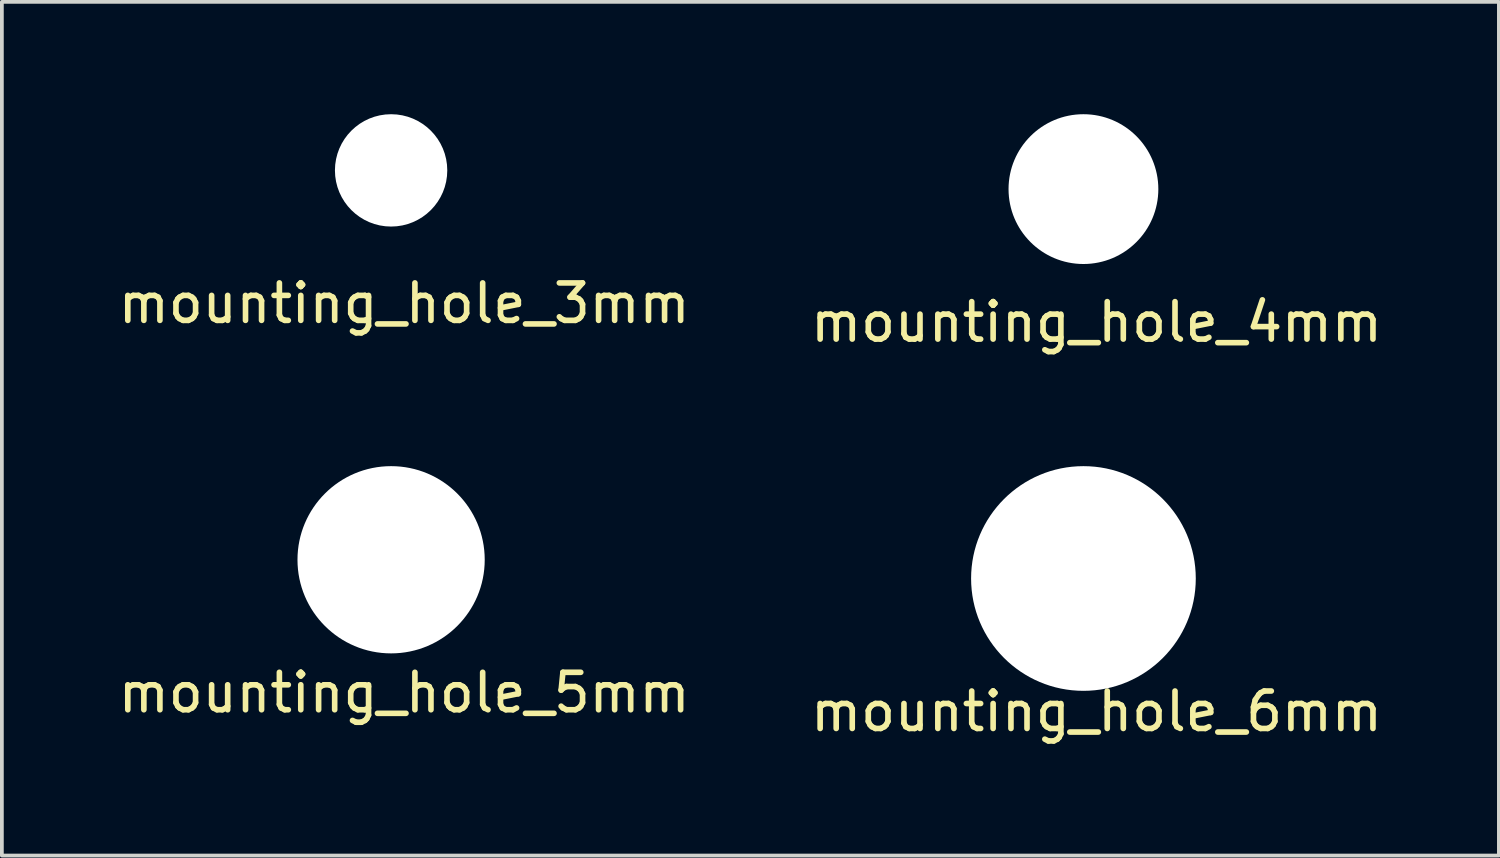
<source format=kicad_pcb>
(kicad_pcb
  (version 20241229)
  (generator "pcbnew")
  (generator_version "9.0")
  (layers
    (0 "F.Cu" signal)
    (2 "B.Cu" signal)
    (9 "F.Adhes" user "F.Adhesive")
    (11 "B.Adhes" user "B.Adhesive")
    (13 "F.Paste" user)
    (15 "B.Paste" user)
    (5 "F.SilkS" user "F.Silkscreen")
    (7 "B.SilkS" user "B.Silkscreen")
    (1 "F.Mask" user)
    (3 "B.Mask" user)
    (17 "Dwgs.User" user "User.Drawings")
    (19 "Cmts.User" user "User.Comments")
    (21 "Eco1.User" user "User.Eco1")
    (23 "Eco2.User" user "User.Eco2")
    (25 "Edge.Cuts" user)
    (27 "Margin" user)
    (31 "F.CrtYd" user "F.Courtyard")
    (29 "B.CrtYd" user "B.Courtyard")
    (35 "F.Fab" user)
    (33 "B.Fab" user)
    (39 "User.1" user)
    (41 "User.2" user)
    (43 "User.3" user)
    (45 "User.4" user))
  (footprint "mounting_hole_5mm"
    (layer "F.Cu")
    (at 7.394 11.898)
    (property "Reference" "mounting_hole_5mm" (at 0.35 3.55 0) (layer "F.SilkS") (effects (font (size 1 1) (thickness 0.15))))
    (attr through_hole)
    (pad "" np_thru_hole circle (at 0 0) (size 5 5) (drill 5) (layers "*.Cu" "*.Mask")))
  (footprint "mounting_hole_3mm"
    (layer "F.Cu")
    (at 7.394 1.5)
    (property "Reference" "mounting_hole_3mm" (at 0.35 3.55 0) (layer "F.SilkS") (effects (font (size 1 1) (thickness 0.15))))
    (attr through_hole)
    (fp_circle (center 0 0) (end 0.6 0) (stroke (width 1.8) (type solid)) (fill no) (layer "F.Paste"))
    (pad "" np_thru_hole circle (at 0 0) (size 3 3) (drill 3) (layers "*.Cu" "*.Mask")))
  (footprint "mounting_hole_6mm"
    (layer "F.Cu")
    (at 25.882 12.398)
    (property "Reference" "mounting_hole_6mm" (at 0.35 3.55 0) (layer "F.SilkS") (effects (font (size 1 1) (thickness 0.15))))
    (attr through_hole)
    (pad "" np_thru_hole circle (at 0 0) (size 6 6) (drill 6) (layers "*.Cu" "*.Mask")))
  (footprint "mounting_hole_4mm"
    (layer "F.Cu")
    (at 25.882 2)
    (property "Reference" "mounting_hole_4mm" (at 0.35 3.55 0) (layer "F.SilkS") (effects (font (size 1 1) (thickness 0.15))))
    (attr through_hole)
    (pad "" np_thru_hole circle (at 0 0) (size 4 4) (drill 4) (layers "*.Cu" "*.Mask")))
  (gr_rect
    (start -3 -3)
    (end 36.976 19.797)
    (stroke (width 0.1) (type default))
    (fill no)
    (layer "Edge.Cuts")))
</source>
